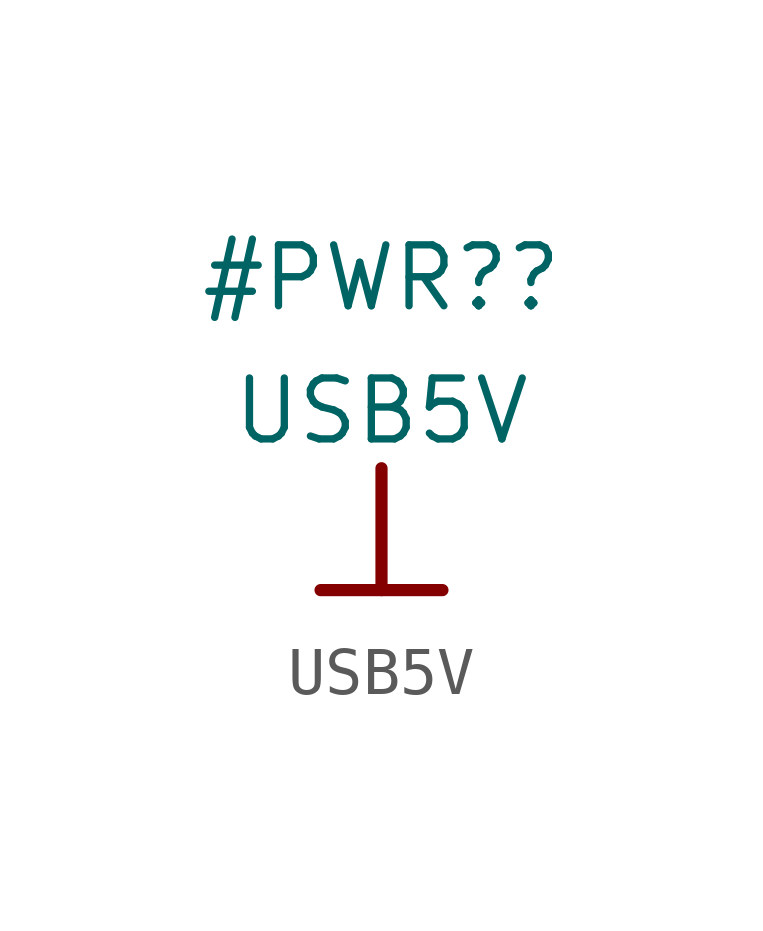
<source format=kicad_sym>
(kicad_symbol_lib
  (version 20211014)
  (generator kicad_symbol_editor)
  (symbol "USB5V"
    (power)
    (property "Reference" "#PWR?"
      (at 0 3.966 0)
      (effects (font (size 1.27 1.27))))
    (property "Value" "USB5V"
      (at 0 1.191 0)
      (effects (font (size 1.27 1.27))))
    (symbol "USB5V_0_0"
      (polyline (pts (xy -1.27 -2.54) (xy 1.27 -2.54)) (stroke (width 0.254) (type default) (color 0 0 0 0)) (fill (type none)))
      (polyline (pts (xy 0 0) (xy 0 -2.54)) (stroke (width 0.254) (type default) (color 0 0 0 0)) (fill (type none)))
      (pin power_in line (at 0 0 0) (length 0) hide (name "USB5V" (effects (font (size 1.27 1.27)))) (number "" (effects (font (size 1.27 1.27))))))))
</source>
